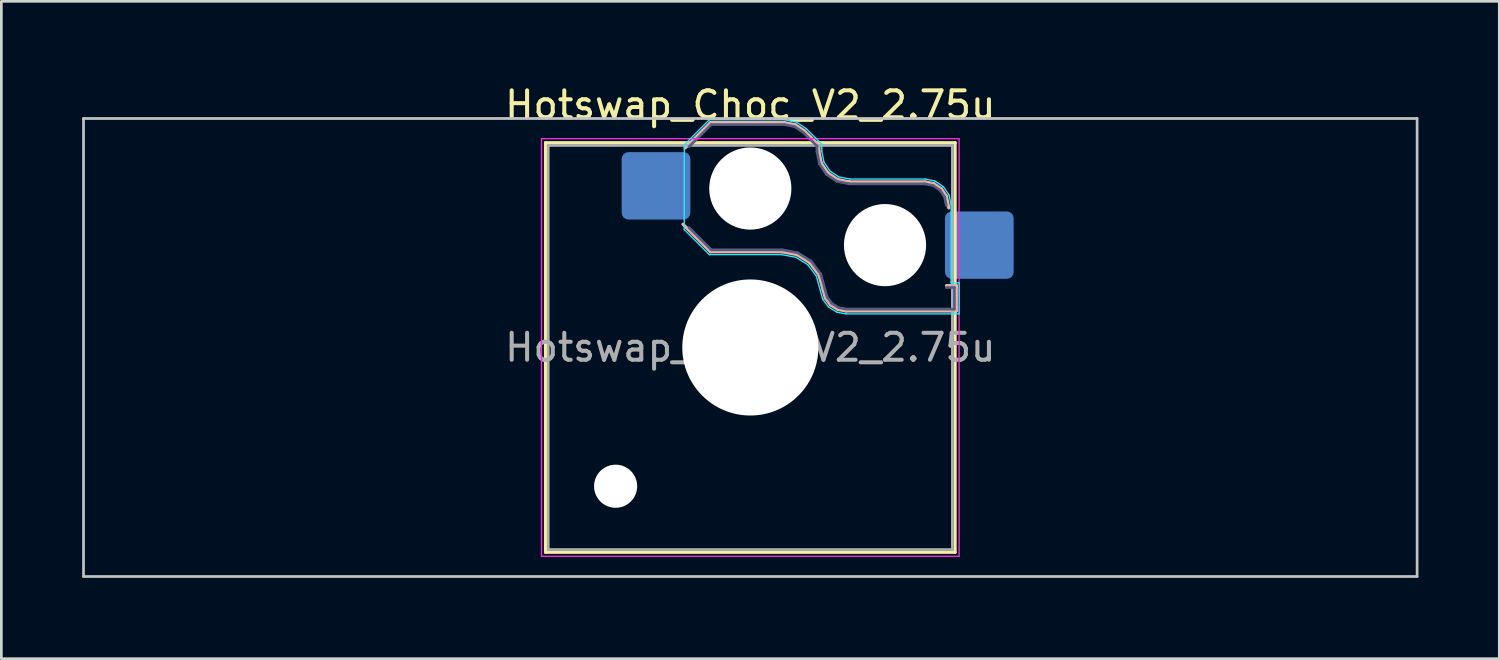
<source format=kicad_pcb>
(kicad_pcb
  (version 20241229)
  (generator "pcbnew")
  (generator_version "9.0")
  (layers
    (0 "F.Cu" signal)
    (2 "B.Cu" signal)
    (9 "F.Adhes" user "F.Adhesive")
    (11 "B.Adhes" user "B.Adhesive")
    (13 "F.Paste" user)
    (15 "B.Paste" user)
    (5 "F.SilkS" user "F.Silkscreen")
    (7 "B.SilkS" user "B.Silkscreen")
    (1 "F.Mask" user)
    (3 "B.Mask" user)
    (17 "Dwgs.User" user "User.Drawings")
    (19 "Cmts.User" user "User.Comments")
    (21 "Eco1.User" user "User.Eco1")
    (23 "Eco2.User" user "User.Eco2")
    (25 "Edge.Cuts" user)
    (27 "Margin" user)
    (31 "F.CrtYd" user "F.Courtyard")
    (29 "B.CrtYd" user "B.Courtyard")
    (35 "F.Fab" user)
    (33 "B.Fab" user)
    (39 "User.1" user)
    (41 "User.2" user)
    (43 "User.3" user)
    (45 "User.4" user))
  (footprint "Hotswap_Choc_V2_2.75u"
    (layer "F.Cu")
    (at 24.8 9.848)
    (property "Reference" "Hotswap_Choc_V2_2.75u" (at 0 -9 0) (layer "F.SilkS") (effects (font (size 1 1) (thickness 0.15))))
    (attr smd)
    (fp_line (start -7.6 -7.6) (end -7.6 7.6) (stroke (width 0.12) (type solid)) (layer "F.SilkS"))
    (fp_line (start -7.6 7.6) (end 7.6 7.6) (stroke (width 0.12) (type solid)) (layer "F.SilkS"))
    (fp_line (start 7.6 -7.6) (end -7.6 -7.6) (stroke (width 0.12) (type solid)) (layer "F.SilkS"))
    (fp_line (start 7.6 7.6) (end 7.6 -7.6) (stroke (width 0.12) (type solid)) (layer "F.SilkS"))
    (fp_line (start -2.416 -7.409) (end -1.479 -8.346) (stroke (width 0.12) (type solid)) (layer "B.SilkS"))
    (fp_line (start -1.479 -8.346) (end 1.268 -8.346) (stroke (width 0.12) (type solid)) (layer "B.SilkS"))
    (fp_line (start -1.479 -3.554) (end -2.5 -4.575) (stroke (width 0.12) (type solid)) (layer "B.SilkS"))
    (fp_line (start 1.168 -3.554) (end -1.479 -3.554) (stroke (width 0.12) (type solid)) (layer "B.SilkS"))
    (fp_line (start 1.268 -8.346) (end 1.671 -8.266) (stroke (width 0.12) (type solid)) (layer "B.SilkS"))
    (fp_line (start 1.671 -8.266) (end 2.013 -8.037) (stroke (width 0.12) (type solid)) (layer "B.SilkS"))
    (fp_line (start 1.73 -3.449) (end 1.168 -3.554) (stroke (width 0.12) (type solid)) (layer "B.SilkS"))
    (fp_line (start 2.013 -8.037) (end 2.546 -7.504) (stroke (width 0.12) (type solid)) (layer "B.SilkS"))
    (fp_line (start 2.209 -3.15) (end 1.73 -3.449) (stroke (width 0.12) (type solid)) (layer "B.SilkS"))
    (fp_line (start 2.546 -7.504) (end 2.546 -7.282) (stroke (width 0.12) (type solid)) (layer "B.SilkS"))
    (fp_line (start 2.546 -7.282) (end 2.633 -6.844) (stroke (width 0.12) (type solid)) (layer "B.SilkS"))
    (fp_line (start 2.547 -2.697) (end 2.209 -3.15) (stroke (width 0.12) (type solid)) (layer "B.SilkS"))
    (fp_line (start 2.633 -6.844) (end 2.877 -6.477) (stroke (width 0.12) (type solid)) (layer "B.SilkS"))
    (fp_line (start 2.701 -2.139) (end 2.547 -2.697) (stroke (width 0.12) (type solid)) (layer "B.SilkS"))
    (fp_line (start 2.783 -1.841) (end 2.701 -2.139) (stroke (width 0.12) (type solid)) (layer "B.SilkS"))
    (fp_line (start 2.877 -6.477) (end 3.244 -6.233) (stroke (width 0.12) (type solid)) (layer "B.SilkS"))
    (fp_line (start 2.976 -1.583) (end 2.783 -1.841) (stroke (width 0.12) (type solid)) (layer "B.SilkS"))
    (fp_line (start 3.244 -6.233) (end 3.682 -6.146) (stroke (width 0.12) (type solid)) (layer "B.SilkS"))
    (fp_line (start 3.25 -1.413) (end 2.976 -1.583) (stroke (width 0.12) (type solid)) (layer "B.SilkS"))
    (fp_line (start 3.56 -1.354) (end 3.25 -1.413) (stroke (width 0.12) (type solid)) (layer "B.SilkS"))
    (fp_line (start 3.682 -6.146) (end 6.482 -6.146) (stroke (width 0.12) (type solid)) (layer "B.SilkS"))
    (fp_line (start 6.482 -6.146) (end 6.809 -6.081) (stroke (width 0.12) (type solid)) (layer "B.SilkS"))
    (fp_line (start 6.809 -6.081) (end 7.092 -5.892) (stroke (width 0.12) (type solid)) (layer "B.SilkS"))
    (fp_line (start 7.092 -5.892) (end 7.281 -5.609) (stroke (width 0.12) (type solid)) (layer "B.SilkS"))
    (fp_line (start 7.281 -5.609) (end 7.366 -5.182) (stroke (width 0.12) (type solid)) (layer "B.SilkS"))
    (fp_line (start 7.283 -2.296) (end 7.646 -2.296) (stroke (width 0.12) (type solid)) (layer "B.SilkS"))
    (fp_line (start 7.646 -2.296) (end 7.646 -1.354) (stroke (width 0.12) (type solid)) (layer "B.SilkS"))
    (fp_line (start 7.646 -1.354) (end 3.56 -1.354) (stroke (width 0.12) (type solid)) (layer "B.SilkS"))
    (fp_line (start -24.75 -8.5) (end -24.75 8.5) (stroke (width 0.1) (type solid)) (layer "Dwgs.User"))
    (fp_line (start -24.75 8.5) (end 24.75 8.5) (stroke (width 0.1) (type solid)) (layer "Dwgs.User"))
    (fp_line (start 24.75 -8.5) (end -24.75 -8.5) (stroke (width 0.1) (type solid)) (layer "Dwgs.User"))
    (fp_line (start 24.75 8.5) (end 24.75 -8.5) (stroke (width 0.1) (type solid)) (layer "Dwgs.User"))
    (fp_line (start -7.25 -7.25) (end -7.25 7.25) (stroke (width 0.1) (type solid)) (layer "Eco1.User"))
    (fp_line (start -7.25 7.25) (end 7.25 7.25) (stroke (width 0.1) (type solid)) (layer "Eco1.User"))
    (fp_line (start 7.25 -7.25) (end -7.25 -7.25) (stroke (width 0.1) (type solid)) (layer "Eco1.User"))
    (fp_line (start 7.25 7.25) (end 7.25 -7.25) (stroke (width 0.1) (type solid)) (layer "Eco1.User"))
    (fp_line (start -2.452 -7.523) (end -1.523 -8.452) (stroke (width 0.05) (type solid)) (layer "B.CrtYd"))
    (fp_line (start -2.452 -4.377) (end -2.452 -7.523) (stroke (width 0.05) (type solid)) (layer "B.CrtYd"))
    (fp_line (start -1.523 -8.452) (end 1.278 -8.452) (stroke (width 0.05) (type solid)) (layer "B.CrtYd"))
    (fp_line (start -1.523 -3.448) (end -2.452 -4.377) (stroke (width 0.05) (type solid)) (layer "B.CrtYd"))
    (fp_line (start 1.159 -3.448) (end -1.523 -3.448) (stroke (width 0.05) (type solid)) (layer "B.CrtYd"))
    (fp_line (start 1.278 -8.452) (end 1.712 -8.366) (stroke (width 0.05) (type solid)) (layer "B.CrtYd"))
    (fp_line (start 1.691 -3.348) (end 1.159 -3.448) (stroke (width 0.05) (type solid)) (layer "B.CrtYd"))
    (fp_line (start 1.712 -8.366) (end 2.081 -8.119) (stroke (width 0.05) (type solid)) (layer "B.CrtYd"))
    (fp_line (start 2.081 -8.119) (end 2.652 -7.548) (stroke (width 0.05) (type solid)) (layer "B.CrtYd"))
    (fp_line (start 2.136 -3.071) (end 1.691 -3.348) (stroke (width 0.05) (type solid)) (layer "B.CrtYd"))
    (fp_line (start 2.45 -2.65) (end 2.136 -3.071) (stroke (width 0.05) (type solid)) (layer "B.CrtYd"))
    (fp_line (start 2.599 -2.111) (end 2.45 -2.65) (stroke (width 0.05) (type solid)) (layer "B.CrtYd"))
    (fp_line (start 2.652 -7.548) (end 2.652 -7.292) (stroke (width 0.05) (type solid)) (layer "B.CrtYd"))
    (fp_line (start 2.652 -7.292) (end 2.733 -6.885) (stroke (width 0.05) (type solid)) (layer "B.CrtYd"))
    (fp_line (start 2.687 -1.794) (end 2.599 -2.111) (stroke (width 0.05) (type solid)) (layer "B.CrtYd"))
    (fp_line (start 2.733 -6.885) (end 2.953 -6.553) (stroke (width 0.05) (type solid)) (layer "B.CrtYd"))
    (fp_line (start 2.903 -1.503) (end 2.687 -1.794) (stroke (width 0.05) (type solid)) (layer "B.CrtYd"))
    (fp_line (start 2.953 -6.553) (end 3.285 -6.333) (stroke (width 0.05) (type solid)) (layer "B.CrtYd"))
    (fp_line (start 3.211 -1.312) (end 2.903 -1.503) (stroke (width 0.05) (type solid)) (layer "B.CrtYd"))
    (fp_line (start 3.285 -6.333) (end 3.692 -6.252) (stroke (width 0.05) (type solid)) (layer "B.CrtYd"))
    (fp_line (start 3.55 -1.248) (end 3.211 -1.312) (stroke (width 0.05) (type solid)) (layer "B.CrtYd"))
    (fp_line (start 3.692 -6.252) (end 6.492 -6.252) (stroke (width 0.05) (type solid)) (layer "B.CrtYd"))
    (fp_line (start 6.492 -6.252) (end 6.85 -6.181) (stroke (width 0.05) (type solid)) (layer "B.CrtYd"))
    (fp_line (start 6.85 -6.181) (end 7.168 -5.968) (stroke (width 0.05) (type solid)) (layer "B.CrtYd"))
    (fp_line (start 7.168 -5.968) (end 7.381 -5.65) (stroke (width 0.05) (type solid)) (layer "B.CrtYd"))
    (fp_line (start 7.381 -5.65) (end 7.452 -5.292) (stroke (width 0.05) (type solid)) (layer "B.CrtYd"))
    (fp_line (start 7.452 -5.292) (end 7.452 -2.402) (stroke (width 0.05) (type solid)) (layer "B.CrtYd"))
    (fp_line (start 7.452 -2.402) (end 7.752 -2.402) (stroke (width 0.05) (type solid)) (layer "B.CrtYd"))
    (fp_line (start 7.752 -2.402) (end 7.752 -1.248) (stroke (width 0.05) (type solid)) (layer "B.CrtYd"))
    (fp_line (start 7.752 -1.248) (end 3.55 -1.248) (stroke (width 0.05) (type solid)) (layer "B.CrtYd"))
    (fp_line (start -7.75 -7.75) (end -7.75 7.75) (stroke (width 0.05) (type solid)) (layer "F.CrtYd"))
    (fp_line (start -7.75 7.75) (end 7.75 7.75) (stroke (width 0.05) (type solid)) (layer "F.CrtYd"))
    (fp_line (start 7.75 -7.75) (end -7.75 -7.75) (stroke (width 0.05) (type solid)) (layer "F.CrtYd"))
    (fp_line (start 7.75 7.75) (end 7.75 -7.75) (stroke (width 0.05) (type solid)) (layer "F.CrtYd"))
    (fp_line (start -2.275 -7.45) (end -1.45 -8.275) (stroke (width 0.1) (type solid)) (layer "B.Fab"))
    (fp_line (start -1.45 -8.275) (end 1.261 -8.275) (stroke (width 0.1) (type solid)) (layer "B.Fab"))
    (fp_line (start -1.45 -3.625) (end -2.275 -4.45) (stroke (width 0.1) (type solid)) (layer "B.Fab"))
    (fp_line (start 1.175 -3.625) (end -1.45 -3.625) (stroke (width 0.1) (type solid)) (layer "B.Fab"))
    (fp_line (start 1.261 -8.275) (end 1.643 -8.199) (stroke (width 0.1) (type solid)) (layer "B.Fab"))
    (fp_line (start 1.643 -8.199) (end 1.968 -7.982) (stroke (width 0.1) (type solid)) (layer "B.Fab"))
    (fp_line (start 1.756 -3.516) (end 1.175 -3.625) (stroke (width 0.1) (type solid)) (layer "B.Fab"))
    (fp_line (start 1.968 -7.982) (end 2.475 -7.475) (stroke (width 0.1) (type solid)) (layer "B.Fab"))
    (fp_line (start 2.258 -3.203) (end 1.756 -3.516) (stroke (width 0.1) (type solid)) (layer "B.Fab"))
    (fp_line (start 2.475 -7.475) (end 2.475 -7.275) (stroke (width 0.1) (type solid)) (layer "B.Fab"))
    (fp_line (start 2.475 -7.275) (end 2.566 -6.816) (stroke (width 0.1) (type solid)) (layer "B.Fab"))
    (fp_line (start 2.566 -6.816) (end 2.826 -6.426) (stroke (width 0.1) (type solid)) (layer "B.Fab"))
    (fp_line (start 2.612 -2.729) (end 2.258 -3.203) (stroke (width 0.1) (type solid)) (layer "B.Fab"))
    (fp_line (start 2.769 -2.158) (end 2.612 -2.729) (stroke (width 0.1) (type solid)) (layer "B.Fab"))
    (fp_line (start 2.826 -6.426) (end 3.216 -6.166) (stroke (width 0.1) (type solid)) (layer "B.Fab"))
    (fp_line (start 2.848 -1.873) (end 2.769 -2.158) (stroke (width 0.1) (type solid)) (layer "B.Fab"))
    (fp_line (start 3.025 -1.636) (end 2.848 -1.873) (stroke (width 0.1) (type solid)) (layer "B.Fab"))
    (fp_line (start 3.216 -6.166) (end 3.675 -6.075) (stroke (width 0.1) (type solid)) (layer "B.Fab"))
    (fp_line (start 3.276 -1.48) (end 3.025 -1.636) (stroke (width 0.1) (type solid)) (layer "B.Fab"))
    (fp_line (start 3.567 -1.425) (end 3.276 -1.48) (stroke (width 0.1) (type solid)) (layer "B.Fab"))
    (fp_line (start 3.675 -6.075) (end 6.475 -6.075) (stroke (width 0.1) (type solid)) (layer "B.Fab"))
    (fp_line (start 6.475 -6.075) (end 6.781 -6.014) (stroke (width 0.1) (type solid)) (layer "B.Fab"))
    (fp_line (start 6.781 -6.014) (end 7.041 -5.841) (stroke (width 0.1) (type solid)) (layer "B.Fab"))
    (fp_line (start 7.041 -5.841) (end 7.214 -5.581) (stroke (width 0.1) (type solid)) (layer "B.Fab"))
    (fp_line (start 7.214 -5.581) (end 7.275 -5.275) (stroke (width 0.1) (type solid)) (layer "B.Fab"))
    (fp_line (start 7.275 -2.225) (end 7.575 -2.225) (stroke (width 0.1) (type solid)) (layer "B.Fab"))
    (fp_line (start 7.575 -2.225) (end 7.575 -1.425) (stroke (width 0.1) (type solid)) (layer "B.Fab"))
    (fp_line (start 7.575 -1.425) (end 3.567 -1.425) (stroke (width 0.1) (type solid)) (layer "B.Fab"))
    (fp_line (start -7.5 -7.5) (end -7.5 7.5) (stroke (width 0.1) (type solid)) (layer "F.Fab"))
    (fp_line (start -7.5 7.5) (end 7.5 7.5) (stroke (width 0.1) (type solid)) (layer "F.Fab"))
    (fp_line (start 7.5 -7.5) (end -7.5 -7.5) (stroke (width 0.1) (type solid)) (layer "F.Fab"))
    (fp_line (start 7.5 7.5) (end 7.5 -7.5) (stroke (width 0.1) (type solid)) (layer "F.Fab"))
    (fp_text user "${REFERENCE}" (at 0 0 0) (layer "F.Fab") (effects (font (size 1 1) (thickness 0.15))))
    (pad "" np_thru_hole circle (at -5 5.15) (size 1.6 1.6) (drill 1.6) (layers "*.Cu" "*.Mask"))
    (pad "" np_thru_hole circle (at 0 -5.9) (size 3.05 3.05) (drill 3.05) (layers "*.Cu" "*.Mask"))
    (pad "" np_thru_hole circle (at 0 0) (size 5.05 5.05) (drill 5.05) (layers "*.Cu" "*.Mask"))
    (pad "" np_thru_hole circle (at 5 -3.8) (size 3.05 3.05) (drill 3.05) (layers "*.Cu" "*.Mask"))
    (pad "1" smd roundrect (at -3.5 -6) (size 2.55 2.5) (layers "B.Cu" "B.Mask" "B.Paste") (roundrect_rratio 0.1))
    (pad "2" smd roundrect (at 8.5 -3.8) (size 2.55 2.5) (layers "B.Cu" "B.Mask" "B.Paste") (roundrect_rratio 0.1)))
  (gr_rect
    (start -3 -3)
    (end 52.6 21.398)
    (stroke (width 0.1) (type default))
    (fill no)
    (layer "Edge.Cuts")))
</source>
